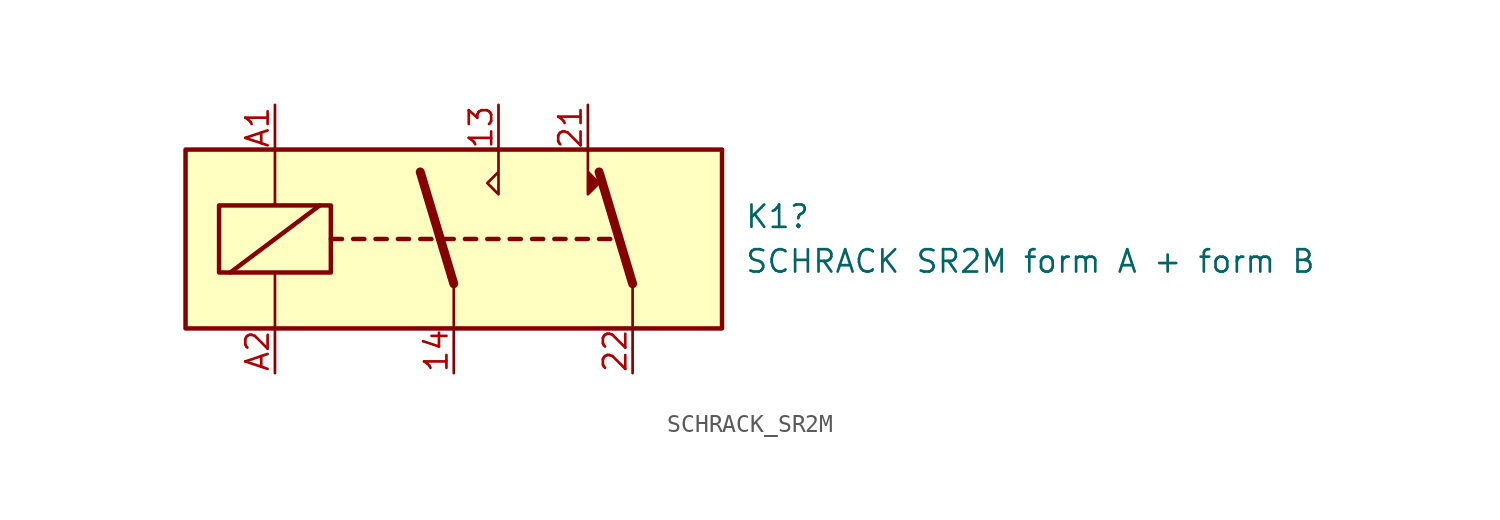
<source format=kicad_sym>
(kicad_symbol_lib
  (version 20231120)
  (generator "kicad_symbol_editor")
  (generator_version "8.0")
  (symbol "SCHRACK_SR2M"
    (property "Reference" "K1"
      (at 16.51 1.27 0)
      (effects (font (size 1.27 1.27)) (justify left)))
    (property "Value" "SCHRACK SR2M form A + form B"
      (at 16.51 -1.27 0)
      (effects (font (size 1.27 1.27)) (justify left)))
    (symbol "SCHRACK_SR2M_0_0"
      (polyline (pts (xy 2.54 5.08) (xy 2.54 2.54) (xy 1.905 3.175) (xy 2.54 3.81)) (stroke (width 0) (type default)) (fill (type none)))
      (polyline (pts (xy 7.62 5.08) (xy 7.62 2.54) (xy 8.255 3.175) (xy 7.62 3.81)) (stroke (width 0) (type default)) (fill (type outline))))
    (symbol "SCHRACK_SR2M_0_1"
      (rectangle (start -15.24 5.08) (end 15.24 -5.08) (stroke (width 0.254) (type default)) (fill (type background)))
      (rectangle (start -13.335 1.905) (end -6.985 -1.905) (stroke (width 0.254) (type default)) (fill (type none)))
      (polyline (pts (xy -12.7 -1.905) (xy -7.62 1.905)) (stroke (width 0.254) (type default)) (fill (type none)))
      (polyline (pts (xy -10.16 -5.08) (xy -10.16 -1.905)) (stroke (width 0) (type default)) (fill (type none)))
      (polyline (pts (xy -10.16 5.08) (xy -10.16 1.905)) (stroke (width 0) (type default)) (fill (type none)))
      (polyline (pts (xy -6.985 0) (xy -6.35 0)) (stroke (width 0.254) (type default)) (fill (type none)))
      (polyline (pts (xy -5.715 0) (xy -5.08 0)) (stroke (width 0.254) (type default)) (fill (type none)))
      (polyline (pts (xy -4.445 0) (xy -3.81 0)) (stroke (width 0.254) (type default)) (fill (type none)))
      (polyline (pts (xy -3.175 0) (xy -2.54 0)) (stroke (width 0.254) (type default)) (fill (type none)))
      (polyline (pts (xy -1.905 0) (xy -1.27 0)) (stroke (width 0.254) (type default)) (fill (type none)))
      (polyline (pts (xy -0.635 0) (xy 0 0)) (stroke (width 0.254) (type default)) (fill (type none)))
      (polyline (pts (xy 0 -2.54) (xy -1.905 3.81)) (stroke (width 0.508) (type default)) (fill (type none)))
      (polyline (pts (xy 0 -2.54) (xy 0 -5.08)) (stroke (width 0) (type default)) (fill (type none)))
      (polyline (pts (xy 0.635 0) (xy 1.27 0)) (stroke (width 0.254) (type default)) (fill (type none)))
      (polyline (pts (xy 1.905 0) (xy 2.54 0)) (stroke (width 0.254) (type default)) (fill (type none)))
      (polyline (pts (xy 3.175 0) (xy 3.81 0)) (stroke (width 0.254) (type default)) (fill (type none)))
      (polyline (pts (xy 4.445 0) (xy 5.08 0)) (stroke (width 0.254) (type default)) (fill (type none)))
      (polyline (pts (xy 5.715 0) (xy 6.35 0)) (stroke (width 0.254) (type default)) (fill (type none)))
      (polyline (pts (xy 6.985 0) (xy 7.62 0)) (stroke (width 0.254) (type default)) (fill (type none)))
      (polyline (pts (xy 8.255 0) (xy 8.89 0)) (stroke (width 0.254) (type default)) (fill (type none)))
      (polyline (pts (xy 10.16 -2.54) (xy 8.255 3.81)) (stroke (width 0.508) (type default)) (fill (type none)))
      (polyline (pts (xy 10.16 -2.54) (xy 10.16 -5.08)) (stroke (width 0) (type default)) (fill (type none))))
    (symbol "SCHRACK_SR2M_1_1"
      (pin passive line (at 2.54 7.62 270) (length 2.54) (name "~" (effects (font (size 1.27 1.27)))) (number "13" (effects (font (size 1.27 1.27)))))
      (pin passive line (at 0 -7.62 90) (length 2.54) (name "~" (effects (font (size 1.27 1.27)))) (number "14" (effects (font (size 1.27 1.27)))))
      (pin passive line (at 7.62 7.62 270) (length 2.54) (name "~" (effects (font (size 1.27 1.27)))) (number "21" (effects (font (size 1.27 1.27)))))
      (pin passive line (at 10.16 -7.62 90) (length 2.54) (name "~" (effects (font (size 1.27 1.27)))) (number "22" (effects (font (size 1.27 1.27)))))
      (pin passive line (at -10.16 7.62 270) (length 2.54) (name "~" (effects (font (size 1.27 1.27)))) (number "A1" (effects (font (size 1.27 1.27)))))
      (pin passive line (at -10.16 -7.62 90) (length 2.54) (name "~" (effects (font (size 1.27 1.27)))) (number "A2" (effects (font (size 1.27 1.27))))))))
</source>
